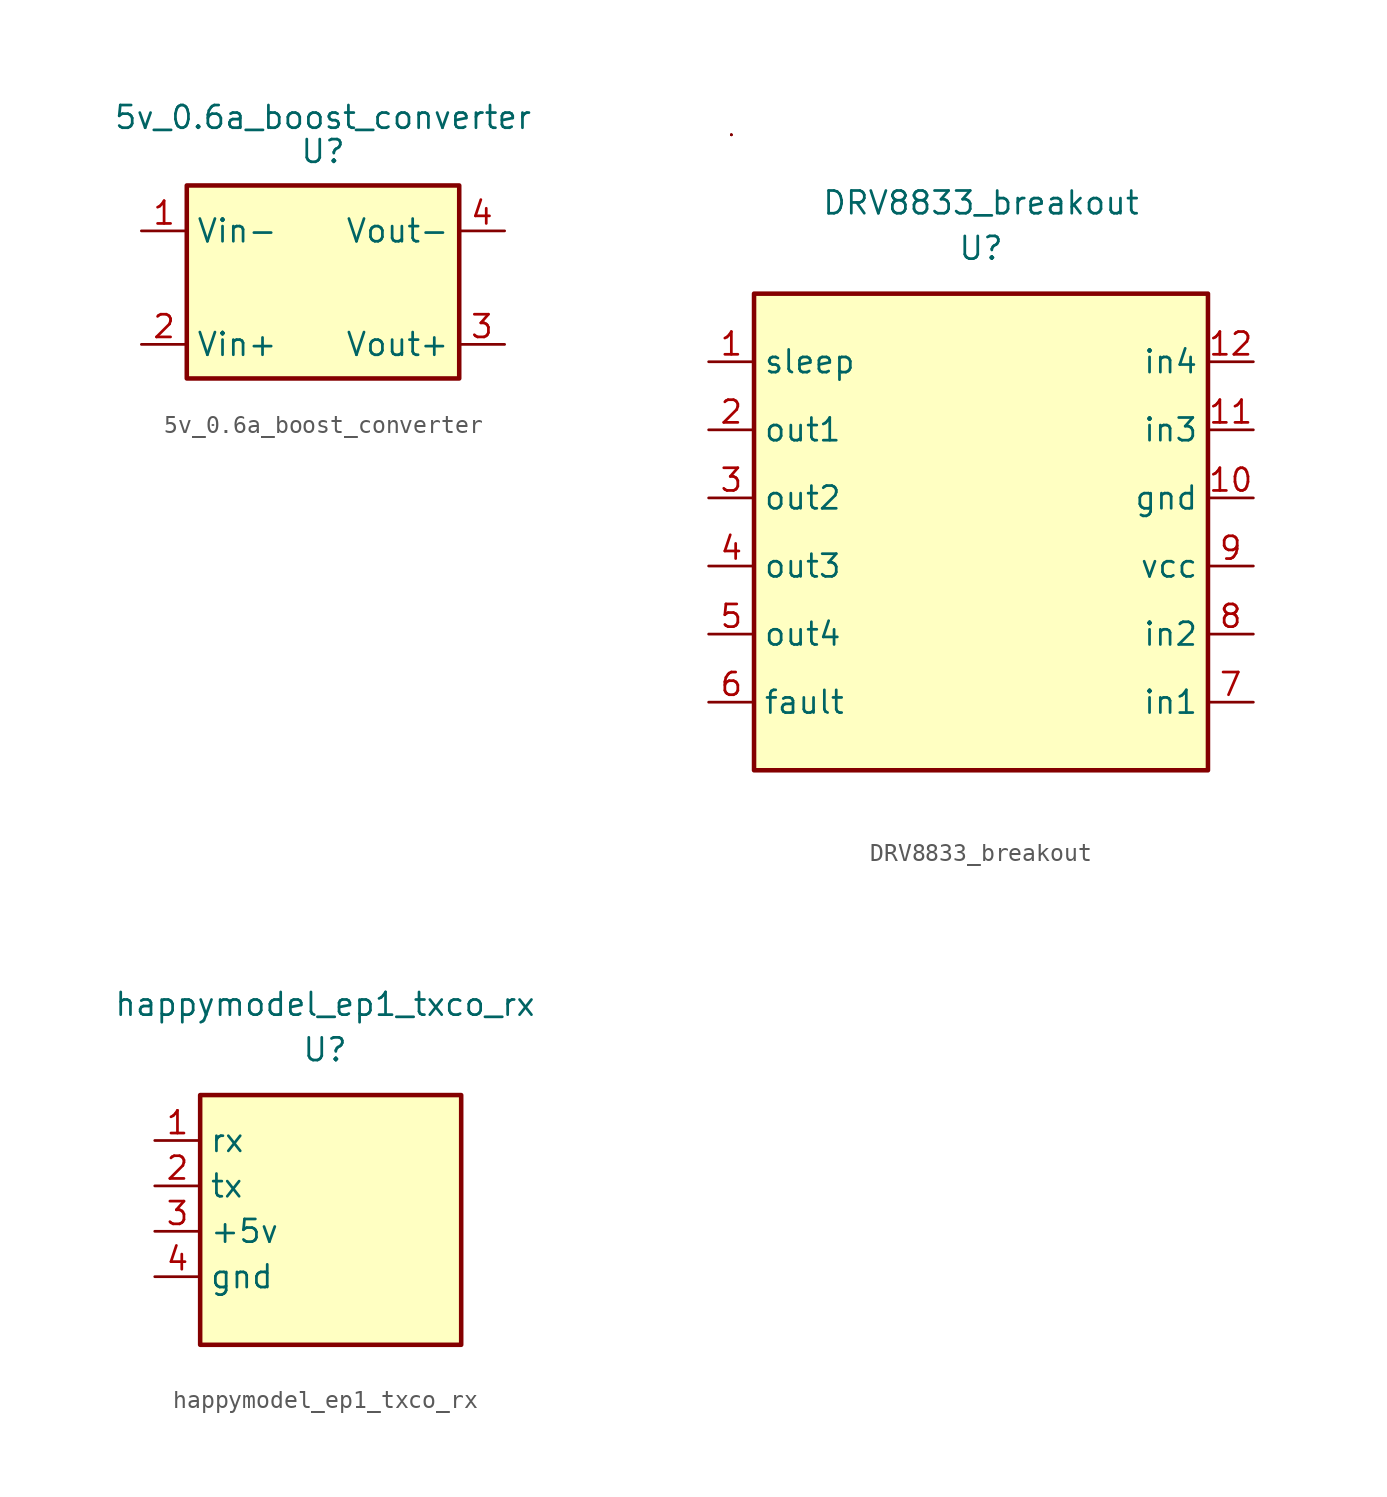
<source format=kicad_sym>
(kicad_symbol_lib
  (version 20211014)
  (generator kicad_symbol_editor)
  (symbol "5v_0.6a_boost_converter"
    (property "Reference" "U"
      (at 0 0 0)
      (effects (font (size 1.27 1.27))))
    (property "Value" "5v_0.6a_boost_converter"
      (at 0 1.905 0)
      (effects (font (size 1.27 1.27))))
    (symbol "5v_0.6a_boost_converter_0_1"
      (rectangle (start -7.62 -1.905) (end 7.62 -12.7) (stroke (width 0.254) (type default) (color 0 0 0 0)) (fill (type background))))
    (symbol "5v_0.6a_boost_converter_1_1"
      (pin power_in line (at -10.16 -4.445 0) (length 2.54) (name "Vin-" (effects (font (size 1.27 1.27)))) (number "1" (effects (font (size 1.27 1.27)))))
      (pin power_in line (at -10.16 -10.795 0) (length 2.54) (name "Vin+" (effects (font (size 1.27 1.27)))) (number "2" (effects (font (size 1.27 1.27)))))
      (pin power_in line (at 10.16 -10.795 180) (length 2.54) (name "Vout+" (effects (font (size 1.27 1.27)))) (number "3" (effects (font (size 1.27 1.27)))))
      (pin power_in line (at 10.16 -4.445 180) (length 2.54) (name "Vout-" (effects (font (size 1.27 1.27)))) (number "4" (effects (font (size 1.27 1.27)))))))
  (symbol "DRV8833_breakout"
    (property "Reference" "U"
      (at 0 0 0)
      (effects (font (size 1.27 1.27))))
    (property "Value" "DRV8833_breakout"
      (at 0 2.54 0)
      (effects (font (size 1.27 1.27))))
    (symbol "DRV8833_breakout_0_0"
      (rectangle (start -13.97 6.35) (end -13.97 6.35) (stroke (width 0) (type default) (color 0 0 0 0)) (fill (type none)))
      (rectangle (start -13.97 6.35) (end -13.97 6.35) (stroke (width 0) (type default) (color 0 0 0 0)) (fill (type none)))
      (rectangle (start -13.97 6.35) (end -13.97 6.35) (stroke (width 0) (type default) (color 0 0 0 0)) (fill (type none))))
    (symbol "DRV8833_breakout_0_1"
      (rectangle (start -12.7 -2.54) (end 12.7 -29.21) (stroke (width 0.254) (type default) (color 0 0 0 0)) (fill (type background))))
    (symbol "DRV8833_breakout_1_1"
      (pin input line (at -15.24 -6.35 0) (length 2.54) (name "sleep" (effects (font (size 1.27 1.27)))) (number "1" (effects (font (size 1.27 1.27)))))
      (pin power_in line (at 15.24 -13.97 180) (length 2.54) (name "gnd" (effects (font (size 1.27 1.27)))) (number "10" (effects (font (size 1.27 1.27)))))
      (pin input line (at 15.24 -10.16 180) (length 2.54) (name "in3" (effects (font (size 1.27 1.27)))) (number "11" (effects (font (size 1.27 1.27)))))
      (pin input line (at 15.24 -6.35 180) (length 2.54) (name "in4" (effects (font (size 1.27 1.27)))) (number "12" (effects (font (size 1.27 1.27)))))
      (pin output line (at -15.24 -10.16 0) (length 2.54) (name "out1" (effects (font (size 1.27 1.27)))) (number "2" (effects (font (size 1.27 1.27)))))
      (pin output line (at -15.24 -13.97 0) (length 2.54) (name "out2" (effects (font (size 1.27 1.27)))) (number "3" (effects (font (size 1.27 1.27)))))
      (pin output line (at -15.24 -17.78 0) (length 2.54) (name "out3" (effects (font (size 1.27 1.27)))) (number "4" (effects (font (size 1.27 1.27)))))
      (pin output line (at -15.24 -21.59 0) (length 2.54) (name "out4" (effects (font (size 1.27 1.27)))) (number "5" (effects (font (size 1.27 1.27)))))
      (pin output line (at -15.24 -25.4 0) (length 2.54) (name "fault" (effects (font (size 1.27 1.27)))) (number "6" (effects (font (size 1.27 1.27)))))
      (pin input line (at 15.24 -25.4 180) (length 2.54) (name "in1" (effects (font (size 1.27 1.27)))) (number "7" (effects (font (size 1.27 1.27)))))
      (pin input line (at 15.24 -21.59 180) (length 2.54) (name "in2" (effects (font (size 1.27 1.27)))) (number "8" (effects (font (size 1.27 1.27)))))
      (pin power_in line (at 15.24 -17.78 180) (length 2.54) (name "vcc" (effects (font (size 1.27 1.27)))) (number "9" (effects (font (size 1.27 1.27)))))))
  (symbol "happymodel_ep1_txco_rx"
    (property "Reference" "U"
      (at 0 0 0)
      (effects (font (size 1.27 1.27))))
    (property "Value" "happymodel_ep1_txco_rx"
      (at 0 2.54 0)
      (effects (font (size 1.27 1.27))))
    (symbol "happymodel_ep1_txco_rx_0_1"
      (rectangle (start -6.985 -2.54) (end 7.62 -16.51) (stroke (width 0.254) (type default) (color 0 0 0 0)) (fill (type background))))
    (symbol "happymodel_ep1_txco_rx_1_1"
      (pin input line (at -9.525 -5.08 0) (length 2.54) (name "rx" (effects (font (size 1.27 1.27)))) (number "1" (effects (font (size 1.27 1.27)))))
      (pin output line (at -9.525 -7.62 0) (length 2.54) (name "tx" (effects (font (size 1.27 1.27)))) (number "2" (effects (font (size 1.27 1.27)))))
      (pin power_in line (at -9.525 -10.16 0) (length 2.54) (name "+5v" (effects (font (size 1.27 1.27)))) (number "3" (effects (font (size 1.27 1.27)))))
      (pin power_in line (at -9.525 -12.7 0) (length 2.54) (name "gnd" (effects (font (size 1.27 1.27)))) (number "4" (effects (font (size 1.27 1.27))))))))
</source>
